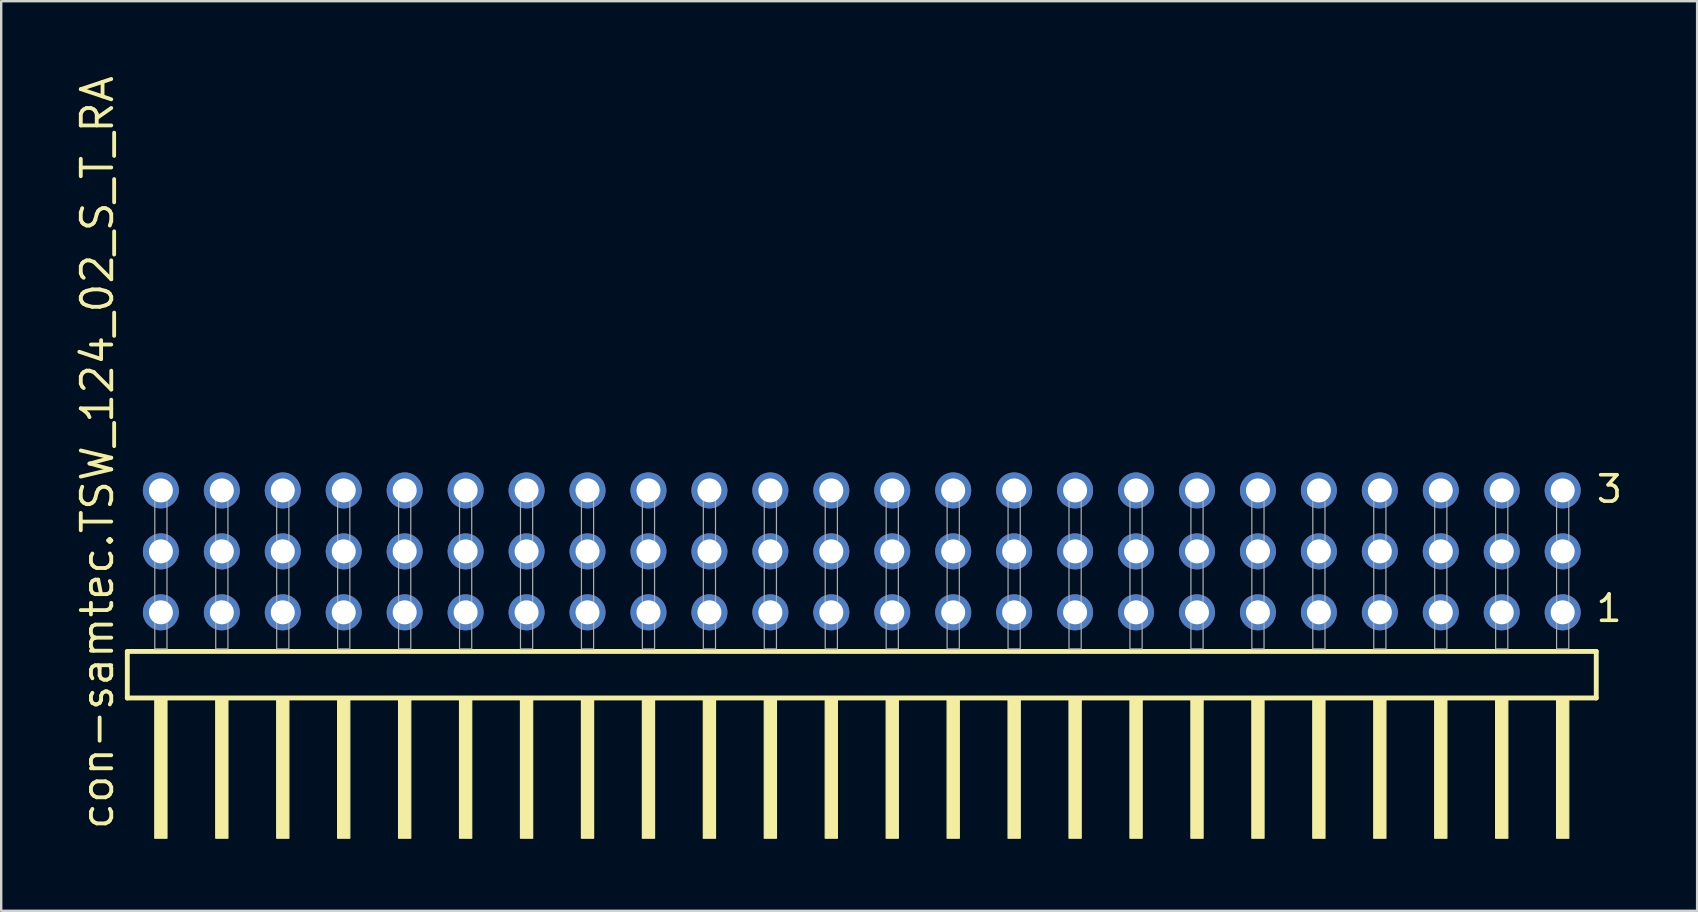
<source format=kicad_pcb>
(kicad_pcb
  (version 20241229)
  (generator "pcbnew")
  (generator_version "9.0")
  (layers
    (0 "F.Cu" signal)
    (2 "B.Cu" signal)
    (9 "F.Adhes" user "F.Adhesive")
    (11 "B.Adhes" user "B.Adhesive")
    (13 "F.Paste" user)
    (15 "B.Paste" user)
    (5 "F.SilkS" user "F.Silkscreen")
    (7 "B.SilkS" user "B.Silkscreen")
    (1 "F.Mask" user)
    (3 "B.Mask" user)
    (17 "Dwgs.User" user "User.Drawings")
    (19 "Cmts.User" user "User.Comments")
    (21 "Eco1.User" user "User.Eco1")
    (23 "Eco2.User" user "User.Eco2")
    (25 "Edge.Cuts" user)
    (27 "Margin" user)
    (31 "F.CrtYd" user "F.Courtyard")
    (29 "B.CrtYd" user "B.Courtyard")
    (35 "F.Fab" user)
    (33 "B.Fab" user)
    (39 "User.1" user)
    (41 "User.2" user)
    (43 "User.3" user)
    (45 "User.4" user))
  (footprint "con-samtec.TSW_124_02_S_T_RA"
    (layer "F.Cu")
    (at 32.865 23.993)
    (property "Reference" "con-samtec.TSW_124_02_S_T_RA" (at -31.115 7.62 90) (layer "F.SilkS") (effects (font (size 1.27 1.27) (thickness 0.16)) (justify left bottom)))
    (attr through_hole)
    (fp_line (start -30.609 0.106) (end -30.609 2.046) (stroke (width 0.203) (type default)) (layer "F.SilkS"))
    (fp_line (start -30.609 2.046) (end 30.609 2.046) (stroke (width 0.203) (type default)) (layer "F.SilkS"))
    (fp_line (start 30.609 0.106) (end -30.609 0.106) (stroke (width 0.203) (type default)) (layer "F.SilkS"))
    (fp_line (start 30.609 2.046) (end 30.609 0.106) (stroke (width 0.203) (type default)) (layer "F.SilkS"))
    (fp_rect (start -29.464 7.89) (end -28.956 2.04) (stroke (width 0.05) (type default)) (fill yes) (layer "F.SilkS"))
    (fp_rect (start -26.924 7.89) (end -26.416 2.04) (stroke (width 0.05) (type default)) (fill yes) (layer "F.SilkS"))
    (fp_rect (start -24.384 7.89) (end -23.876 2.04) (stroke (width 0.05) (type default)) (fill yes) (layer "F.SilkS"))
    (fp_rect (start -21.844 7.89) (end -21.336 2.04) (stroke (width 0.05) (type default)) (fill yes) (layer "F.SilkS"))
    (fp_rect (start -19.304 7.89) (end -18.796 2.04) (stroke (width 0.05) (type default)) (fill yes) (layer "F.SilkS"))
    (fp_rect (start -16.764 7.89) (end -16.256 2.04) (stroke (width 0.05) (type default)) (fill yes) (layer "F.SilkS"))
    (fp_rect (start -14.224 7.89) (end -13.716 2.04) (stroke (width 0.05) (type default)) (fill yes) (layer "F.SilkS"))
    (fp_rect (start -11.684 7.89) (end -11.176 2.04) (stroke (width 0.05) (type default)) (fill yes) (layer "F.SilkS"))
    (fp_rect (start -9.144 7.89) (end -8.636 2.04) (stroke (width 0.05) (type default)) (fill yes) (layer "F.SilkS"))
    (fp_rect (start -6.604 7.89) (end -6.096 2.04) (stroke (width 0.05) (type default)) (fill yes) (layer "F.SilkS"))
    (fp_rect (start -4.064 7.89) (end -3.556 2.04) (stroke (width 0.05) (type default)) (fill yes) (layer "F.SilkS"))
    (fp_rect (start -1.524 7.89) (end -1.016 2.04) (stroke (width 0.05) (type default)) (fill yes) (layer "F.SilkS"))
    (fp_rect (start 1.016 7.89) (end 1.524 2.04) (stroke (width 0.05) (type default)) (fill yes) (layer "F.SilkS"))
    (fp_rect (start 3.556 7.89) (end 4.064 2.04) (stroke (width 0.05) (type default)) (fill yes) (layer "F.SilkS"))
    (fp_rect (start 6.096 7.89) (end 6.604 2.04) (stroke (width 0.05) (type default)) (fill yes) (layer "F.SilkS"))
    (fp_rect (start 8.636 7.89) (end 9.144 2.04) (stroke (width 0.05) (type default)) (fill yes) (layer "F.SilkS"))
    (fp_rect (start 11.176 7.89) (end 11.684 2.04) (stroke (width 0.05) (type default)) (fill yes) (layer "F.SilkS"))
    (fp_rect (start 13.716 7.89) (end 14.224 2.04) (stroke (width 0.05) (type default)) (fill yes) (layer "F.SilkS"))
    (fp_rect (start 16.256 7.89) (end 16.764 2.04) (stroke (width 0.05) (type default)) (fill yes) (layer "F.SilkS"))
    (fp_rect (start 18.796 7.89) (end 19.304 2.04) (stroke (width 0.05) (type default)) (fill yes) (layer "F.SilkS"))
    (fp_rect (start 21.336 7.89) (end 21.844 2.04) (stroke (width 0.05) (type default)) (fill yes) (layer "F.SilkS"))
    (fp_rect (start 23.876 7.89) (end 24.384 2.04) (stroke (width 0.05) (type default)) (fill yes) (layer "F.SilkS"))
    (fp_rect (start 26.416 7.89) (end 26.924 2.04) (stroke (width 0.05) (type default)) (fill yes) (layer "F.SilkS"))
    (fp_rect (start 28.956 7.89) (end 29.464 2.04) (stroke (width 0.05) (type default)) (fill yes) (layer "F.SilkS"))
    (fp_rect (start -29.464 0) (end -28.956 -6.858) (stroke (width 0.05) (type default)) (fill no) (layer "F.Fab"))
    (fp_rect (start -26.924 0) (end -26.416 -6.858) (stroke (width 0.05) (type default)) (fill no) (layer "F.Fab"))
    (fp_rect (start -24.384 0) (end -23.876 -6.858) (stroke (width 0.05) (type default)) (fill no) (layer "F.Fab"))
    (fp_rect (start -21.844 0) (end -21.336 -6.858) (stroke (width 0.05) (type default)) (fill no) (layer "F.Fab"))
    (fp_rect (start -19.304 0) (end -18.796 -6.858) (stroke (width 0.05) (type default)) (fill no) (layer "F.Fab"))
    (fp_rect (start -16.764 0) (end -16.256 -6.858) (stroke (width 0.05) (type default)) (fill no) (layer "F.Fab"))
    (fp_rect (start -14.224 0) (end -13.716 -6.858) (stroke (width 0.05) (type default)) (fill no) (layer "F.Fab"))
    (fp_rect (start -11.684 0) (end -11.176 -6.858) (stroke (width 0.05) (type default)) (fill no) (layer "F.Fab"))
    (fp_rect (start -9.144 0) (end -8.636 -6.858) (stroke (width 0.05) (type default)) (fill no) (layer "F.Fab"))
    (fp_rect (start -6.604 0) (end -6.096 -6.858) (stroke (width 0.05) (type default)) (fill no) (layer "F.Fab"))
    (fp_rect (start -4.064 0) (end -3.556 -6.858) (stroke (width 0.05) (type default)) (fill no) (layer "F.Fab"))
    (fp_rect (start -1.524 0) (end -1.016 -6.858) (stroke (width 0.05) (type default)) (fill no) (layer "F.Fab"))
    (fp_rect (start 1.016 0) (end 1.524 -6.858) (stroke (width 0.05) (type default)) (fill no) (layer "F.Fab"))
    (fp_rect (start 3.556 0) (end 4.064 -6.858) (stroke (width 0.05) (type default)) (fill no) (layer "F.Fab"))
    (fp_rect (start 6.096 0) (end 6.604 -6.858) (stroke (width 0.05) (type default)) (fill no) (layer "F.Fab"))
    (fp_rect (start 8.636 0) (end 9.144 -6.858) (stroke (width 0.05) (type default)) (fill no) (layer "F.Fab"))
    (fp_rect (start 11.176 0) (end 11.684 -6.858) (stroke (width 0.05) (type default)) (fill no) (layer "F.Fab"))
    (fp_rect (start 13.716 0) (end 14.224 -6.858) (stroke (width 0.05) (type default)) (fill no) (layer "F.Fab"))
    (fp_rect (start 16.256 0) (end 16.764 -6.858) (stroke (width 0.05) (type default)) (fill no) (layer "F.Fab"))
    (fp_rect (start 18.796 0) (end 19.304 -6.858) (stroke (width 0.05) (type default)) (fill no) (layer "F.Fab"))
    (fp_rect (start 21.336 0) (end 21.844 -6.858) (stroke (width 0.05) (type default)) (fill no) (layer "F.Fab"))
    (fp_rect (start 23.876 0) (end 24.384 -6.858) (stroke (width 0.05) (type default)) (fill no) (layer "F.Fab"))
    (fp_rect (start 26.416 0) (end 26.924 -6.858) (stroke (width 0.05) (type default)) (fill no) (layer "F.Fab"))
    (fp_rect (start 28.956 0) (end 29.464 -6.858) (stroke (width 0.05) (type default)) (fill no) (layer "F.Fab"))
    (fp_text user "1" (at 30.52 -1.05 0) (layer "F.SilkS") (effects (font (size 1.1 1.1) (thickness 0.15)) (justify left bottom)))
    (fp_text user "3" (at 30.535 -6.015 0) (layer "F.SilkS") (effects (font (size 1.1 1.1) (thickness 0.15)) (justify left bottom)))
    (pad "1" thru_hole circle (at 29.21 -1.524 180) (size 1.5 1.5) (drill 1) (layers "*.Cu" "*.Mask"))
    (pad "2" thru_hole circle (at 29.21 -4.064 180) (size 1.5 1.5) (drill 1) (layers "*.Cu" "*.Mask"))
    (pad "3" thru_hole circle (at 29.21 -6.604 180) (size 1.5 1.5) (drill 1) (layers "*.Cu" "*.Mask"))
    (pad "4" thru_hole circle (at 26.67 -1.524 180) (size 1.5 1.5) (drill 1) (layers "*.Cu" "*.Mask"))
    (pad "5" thru_hole circle (at 26.67 -4.064 180) (size 1.5 1.5) (drill 1) (layers "*.Cu" "*.Mask"))
    (pad "6" thru_hole circle (at 26.67 -6.604 180) (size 1.5 1.5) (drill 1) (layers "*.Cu" "*.Mask"))
    (pad "7" thru_hole circle (at 24.13 -1.524 180) (size 1.5 1.5) (drill 1) (layers "*.Cu" "*.Mask"))
    (pad "8" thru_hole circle (at 24.13 -4.064 180) (size 1.5 1.5) (drill 1) (layers "*.Cu" "*.Mask"))
    (pad "9" thru_hole circle (at 24.13 -6.604 180) (size 1.5 1.5) (drill 1) (layers "*.Cu" "*.Mask"))
    (pad "10" thru_hole circle (at 21.59 -1.524 180) (size 1.5 1.5) (drill 1) (layers "*.Cu" "*.Mask"))
    (pad "11" thru_hole circle (at 21.59 -4.064 180) (size 1.5 1.5) (drill 1) (layers "*.Cu" "*.Mask"))
    (pad "12" thru_hole circle (at 21.59 -6.604 180) (size 1.5 1.5) (drill 1) (layers "*.Cu" "*.Mask"))
    (pad "13" thru_hole circle (at 19.05 -1.524 180) (size 1.5 1.5) (drill 1) (layers "*.Cu" "*.Mask"))
    (pad "14" thru_hole circle (at 19.05 -4.064 180) (size 1.5 1.5) (drill 1) (layers "*.Cu" "*.Mask"))
    (pad "15" thru_hole circle (at 19.05 -6.604 180) (size 1.5 1.5) (drill 1) (layers "*.Cu" "*.Mask"))
    (pad "16" thru_hole circle (at 16.51 -1.524 180) (size 1.5 1.5) (drill 1) (layers "*.Cu" "*.Mask"))
    (pad "17" thru_hole circle (at 16.51 -4.064 180) (size 1.5 1.5) (drill 1) (layers "*.Cu" "*.Mask"))
    (pad "18" thru_hole circle (at 16.51 -6.604 180) (size 1.5 1.5) (drill 1) (layers "*.Cu" "*.Mask"))
    (pad "19" thru_hole circle (at 13.97 -1.524 180) (size 1.5 1.5) (drill 1) (layers "*.Cu" "*.Mask"))
    (pad "20" thru_hole circle (at 13.97 -4.064 180) (size 1.5 1.5) (drill 1) (layers "*.Cu" "*.Mask"))
    (pad "21" thru_hole circle (at 13.97 -6.604 180) (size 1.5 1.5) (drill 1) (layers "*.Cu" "*.Mask"))
    (pad "22" thru_hole circle (at 11.43 -1.524 180) (size 1.5 1.5) (drill 1) (layers "*.Cu" "*.Mask"))
    (pad "23" thru_hole circle (at 11.43 -4.064 180) (size 1.5 1.5) (drill 1) (layers "*.Cu" "*.Mask"))
    (pad "24" thru_hole circle (at 11.43 -6.604 180) (size 1.5 1.5) (drill 1) (layers "*.Cu" "*.Mask"))
    (pad "25" thru_hole circle (at 8.89 -1.524 180) (size 1.5 1.5) (drill 1) (layers "*.Cu" "*.Mask"))
    (pad "26" thru_hole circle (at 8.89 -4.064 180) (size 1.5 1.5) (drill 1) (layers "*.Cu" "*.Mask"))
    (pad "27" thru_hole circle (at 8.89 -6.604 180) (size 1.5 1.5) (drill 1) (layers "*.Cu" "*.Mask"))
    (pad "28" thru_hole circle (at 6.35 -1.524 180) (size 1.5 1.5) (drill 1) (layers "*.Cu" "*.Mask"))
    (pad "29" thru_hole circle (at 6.35 -4.064 180) (size 1.5 1.5) (drill 1) (layers "*.Cu" "*.Mask"))
    (pad "30" thru_hole circle (at 6.35 -6.604 180) (size 1.5 1.5) (drill 1) (layers "*.Cu" "*.Mask"))
    (pad "31" thru_hole circle (at 3.81 -1.524 180) (size 1.5 1.5) (drill 1) (layers "*.Cu" "*.Mask"))
    (pad "32" thru_hole circle (at 3.81 -4.064 180) (size 1.5 1.5) (drill 1) (layers "*.Cu" "*.Mask"))
    (pad "33" thru_hole circle (at 3.81 -6.604 180) (size 1.5 1.5) (drill 1) (layers "*.Cu" "*.Mask"))
    (pad "34" thru_hole circle (at 1.27 -1.524 180) (size 1.5 1.5) (drill 1) (layers "*.Cu" "*.Mask"))
    (pad "35" thru_hole circle (at 1.27 -4.064 180) (size 1.5 1.5) (drill 1) (layers "*.Cu" "*.Mask"))
    (pad "36" thru_hole circle (at 1.27 -6.604 180) (size 1.5 1.5) (drill 1) (layers "*.Cu" "*.Mask"))
    (pad "37" thru_hole circle (at -1.27 -1.524 180) (size 1.5 1.5) (drill 1) (layers "*.Cu" "*.Mask"))
    (pad "38" thru_hole circle (at -1.27 -4.064 180) (size 1.5 1.5) (drill 1) (layers "*.Cu" "*.Mask"))
    (pad "39" thru_hole circle (at -1.27 -6.604 180) (size 1.5 1.5) (drill 1) (layers "*.Cu" "*.Mask"))
    (pad "40" thru_hole circle (at -3.81 -1.524 180) (size 1.5 1.5) (drill 1) (layers "*.Cu" "*.Mask"))
    (pad "41" thru_hole circle (at -3.81 -4.064 180) (size 1.5 1.5) (drill 1) (layers "*.Cu" "*.Mask"))
    (pad "42" thru_hole circle (at -3.81 -6.604 180) (size 1.5 1.5) (drill 1) (layers "*.Cu" "*.Mask"))
    (pad "43" thru_hole circle (at -6.35 -1.524 180) (size 1.5 1.5) (drill 1) (layers "*.Cu" "*.Mask"))
    (pad "44" thru_hole circle (at -6.35 -4.064 180) (size 1.5 1.5) (drill 1) (layers "*.Cu" "*.Mask"))
    (pad "45" thru_hole circle (at -6.35 -6.604 180) (size 1.5 1.5) (drill 1) (layers "*.Cu" "*.Mask"))
    (pad "46" thru_hole circle (at -8.89 -1.524 180) (size 1.5 1.5) (drill 1) (layers "*.Cu" "*.Mask"))
    (pad "47" thru_hole circle (at -8.89 -4.064 180) (size 1.5 1.5) (drill 1) (layers "*.Cu" "*.Mask"))
    (pad "48" thru_hole circle (at -8.89 -6.604 180) (size 1.5 1.5) (drill 1) (layers "*.Cu" "*.Mask"))
    (pad "49" thru_hole circle (at -11.43 -1.524 180) (size 1.5 1.5) (drill 1) (layers "*.Cu" "*.Mask"))
    (pad "50" thru_hole circle (at -11.43 -4.064 180) (size 1.5 1.5) (drill 1) (layers "*.Cu" "*.Mask"))
    (pad "51" thru_hole circle (at -11.43 -6.604 180) (size 1.5 1.5) (drill 1) (layers "*.Cu" "*.Mask"))
    (pad "52" thru_hole circle (at -13.97 -1.524 180) (size 1.5 1.5) (drill 1) (layers "*.Cu" "*.Mask"))
    (pad "53" thru_hole circle (at -13.97 -4.064 180) (size 1.5 1.5) (drill 1) (layers "*.Cu" "*.Mask"))
    (pad "54" thru_hole circle (at -13.97 -6.604 180) (size 1.5 1.5) (drill 1) (layers "*.Cu" "*.Mask"))
    (pad "55" thru_hole circle (at -16.51 -1.524 180) (size 1.5 1.5) (drill 1) (layers "*.Cu" "*.Mask"))
    (pad "56" thru_hole circle (at -16.51 -4.064 180) (size 1.5 1.5) (drill 1) (layers "*.Cu" "*.Mask"))
    (pad "57" thru_hole circle (at -16.51 -6.604 180) (size 1.5 1.5) (drill 1) (layers "*.Cu" "*.Mask"))
    (pad "58" thru_hole circle (at -19.05 -1.524 180) (size 1.5 1.5) (drill 1) (layers "*.Cu" "*.Mask"))
    (pad "59" thru_hole circle (at -19.05 -4.064 180) (size 1.5 1.5) (drill 1) (layers "*.Cu" "*.Mask"))
    (pad "60" thru_hole circle (at -19.05 -6.604 180) (size 1.5 1.5) (drill 1) (layers "*.Cu" "*.Mask"))
    (pad "61" thru_hole circle (at -21.59 -1.524 180) (size 1.5 1.5) (drill 1) (layers "*.Cu" "*.Mask"))
    (pad "62" thru_hole circle (at -21.59 -4.064 180) (size 1.5 1.5) (drill 1) (layers "*.Cu" "*.Mask"))
    (pad "63" thru_hole circle (at -21.59 -6.604 180) (size 1.5 1.5) (drill 1) (layers "*.Cu" "*.Mask"))
    (pad "64" thru_hole circle (at -24.13 -1.524 180) (size 1.5 1.5) (drill 1) (layers "*.Cu" "*.Mask"))
    (pad "65" thru_hole circle (at -24.13 -4.064 180) (size 1.5 1.5) (drill 1) (layers "*.Cu" "*.Mask"))
    (pad "66" thru_hole circle (at -24.13 -6.604 180) (size 1.5 1.5) (drill 1) (layers "*.Cu" "*.Mask"))
    (pad "67" thru_hole circle (at -26.67 -1.524 180) (size 1.5 1.5) (drill 1) (layers "*.Cu" "*.Mask"))
    (pad "68" thru_hole circle (at -26.67 -4.064 180) (size 1.5 1.5) (drill 1) (layers "*.Cu" "*.Mask"))
    (pad "69" thru_hole circle (at -26.67 -6.604 180) (size 1.5 1.5) (drill 1) (layers "*.Cu" "*.Mask"))
    (pad "70" thru_hole circle (at -29.21 -1.524 180) (size 1.5 1.5) (drill 1) (layers "*.Cu" "*.Mask"))
    (pad "71" thru_hole circle (at -29.21 -4.064 180) (size 1.5 1.5) (drill 1) (layers "*.Cu" "*.Mask"))
    (pad "72" thru_hole circle (at -29.21 -6.604 180) (size 1.5 1.5) (drill 1) (layers "*.Cu" "*.Mask")))
  (gr_rect
    (start -3 -3)
    (end 67.678 34.908)
    (stroke (width 0.1) (type default))
    (fill no)
    (layer "Edge.Cuts")))
</source>
